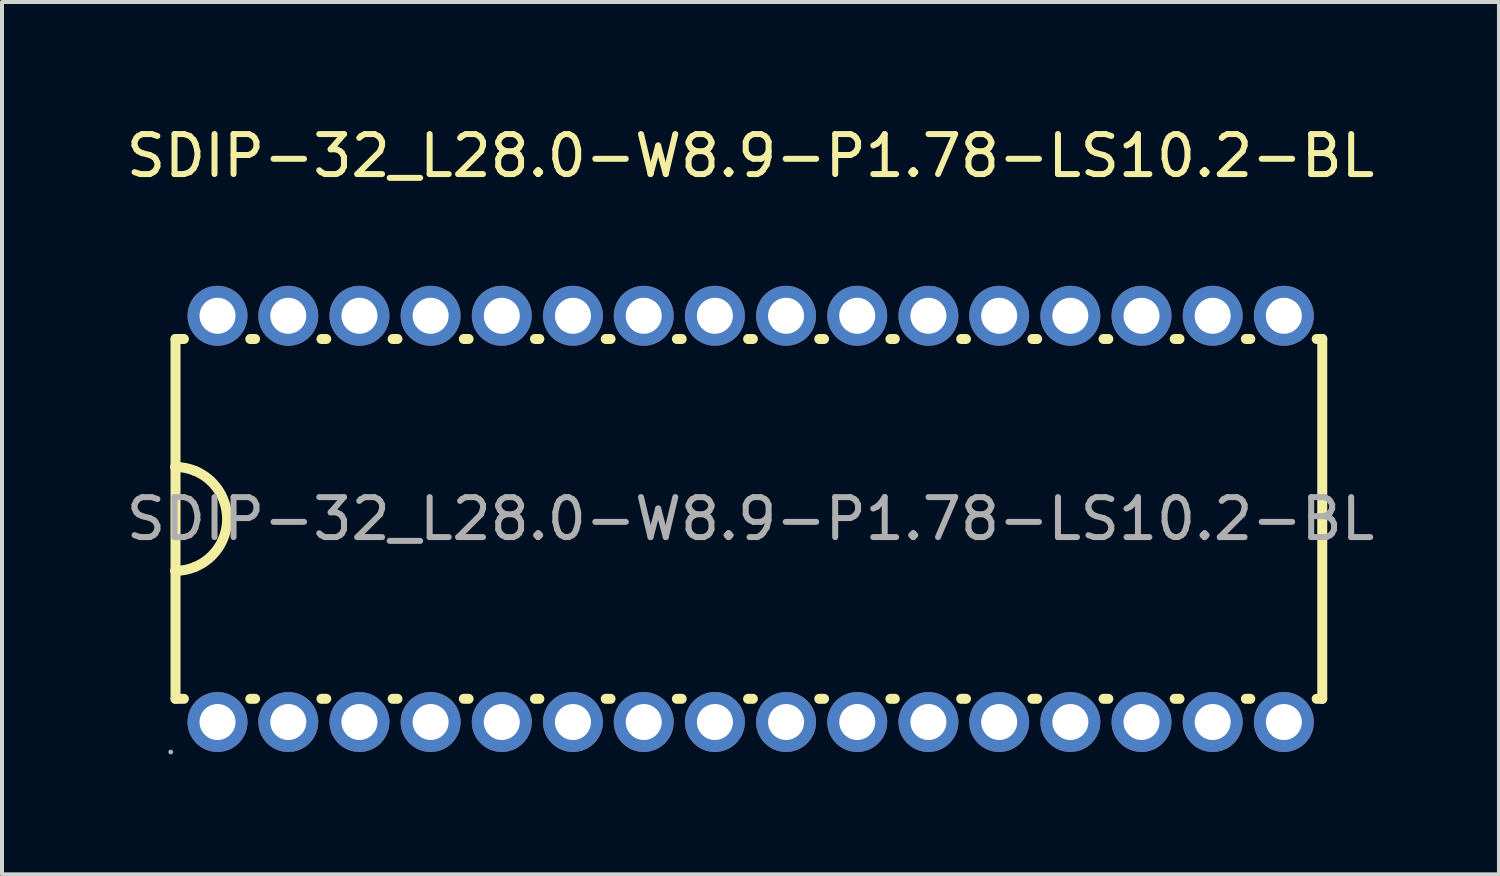
<source format=kicad_pcb>
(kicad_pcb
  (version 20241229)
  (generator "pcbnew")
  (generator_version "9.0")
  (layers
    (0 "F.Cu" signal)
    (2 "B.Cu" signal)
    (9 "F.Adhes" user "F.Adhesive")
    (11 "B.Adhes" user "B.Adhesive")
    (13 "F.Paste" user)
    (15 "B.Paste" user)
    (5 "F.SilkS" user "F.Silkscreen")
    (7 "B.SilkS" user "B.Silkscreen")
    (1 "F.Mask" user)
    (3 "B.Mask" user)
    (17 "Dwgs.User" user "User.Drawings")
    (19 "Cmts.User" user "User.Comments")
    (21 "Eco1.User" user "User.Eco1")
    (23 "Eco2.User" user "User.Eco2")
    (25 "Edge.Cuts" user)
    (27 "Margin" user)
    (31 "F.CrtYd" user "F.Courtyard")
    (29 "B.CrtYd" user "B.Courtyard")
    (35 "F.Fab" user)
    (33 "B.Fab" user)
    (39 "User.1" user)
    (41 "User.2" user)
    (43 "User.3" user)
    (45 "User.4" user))
  (footprint "SDIP-32_L28.0-W8.9-P1.78-LS10.2-BL"
    (layer "F.Cu")
    (at 15.72 9.928)
    (property "Reference" "SDIP-32_L28.0-W8.9-P1.78-LS10.2-BL" (at 0 -9.08 0) (layer "F.SilkS") (effects (font (size 1 1) (thickness 0.15))))
    (attr through_hole)
    (fp_line (start -14.38 -4.5) (end -14.17 -4.5) (stroke (width 0.25) (type solid)) (layer "F.SilkS"))
    (fp_line (start -14.38 -1.3) (end -14.38 -4.5) (stroke (width 0.25) (type solid)) (layer "F.SilkS"))
    (fp_line (start -14.38 1.3) (end -14.38 -1.3) (stroke (width 0.25) (type solid)) (layer "F.SilkS"))
    (fp_line (start -14.38 4.5) (end -14.38 1.3) (stroke (width 0.25) (type solid)) (layer "F.SilkS"))
    (fp_line (start -14.38 4.5) (end -14.17 4.5) (stroke (width 0.25) (type solid)) (layer "F.SilkS"))
    (fp_line (start -12.51 -4.5) (end -12.39 -4.5) (stroke (width 0.25) (type solid)) (layer "F.SilkS"))
    (fp_line (start -12.51 4.5) (end -12.39 4.5) (stroke (width 0.25) (type solid)) (layer "F.SilkS"))
    (fp_line (start -10.73 -4.5) (end -10.61 -4.5) (stroke (width 0.25) (type solid)) (layer "F.SilkS"))
    (fp_line (start -10.73 4.5) (end -10.61 4.5) (stroke (width 0.25) (type solid)) (layer "F.SilkS"))
    (fp_line (start -8.95 -4.5) (end -8.83 -4.5) (stroke (width 0.25) (type solid)) (layer "F.SilkS"))
    (fp_line (start -8.95 4.5) (end -8.83 4.5) (stroke (width 0.25) (type solid)) (layer "F.SilkS"))
    (fp_line (start -7.17 -4.5) (end -7.05 -4.5) (stroke (width 0.25) (type solid)) (layer "F.SilkS"))
    (fp_line (start -7.17 4.5) (end -7.05 4.5) (stroke (width 0.25) (type solid)) (layer "F.SilkS"))
    (fp_line (start -5.39 -4.5) (end -5.28 -4.5) (stroke (width 0.25) (type solid)) (layer "F.SilkS"))
    (fp_line (start -5.39 4.5) (end -5.28 4.5) (stroke (width 0.25) (type solid)) (layer "F.SilkS"))
    (fp_line (start -3.62 -4.5) (end -3.5 -4.5) (stroke (width 0.25) (type solid)) (layer "F.SilkS"))
    (fp_line (start -3.62 4.5) (end -3.5 4.5) (stroke (width 0.25) (type solid)) (layer "F.SilkS"))
    (fp_line (start -1.84 -4.5) (end -1.72 -4.5) (stroke (width 0.25) (type solid)) (layer "F.SilkS"))
    (fp_line (start -1.84 4.5) (end -1.72 4.5) (stroke (width 0.25) (type solid)) (layer "F.SilkS"))
    (fp_line (start -0.06 -4.5) (end 0.06 -4.5) (stroke (width 0.25) (type solid)) (layer "F.SilkS"))
    (fp_line (start -0.06 4.5) (end 0.06 4.5) (stroke (width 0.25) (type solid)) (layer "F.SilkS"))
    (fp_line (start 1.72 -4.5) (end 1.84 -4.5) (stroke (width 0.25) (type solid)) (layer "F.SilkS"))
    (fp_line (start 1.72 4.5) (end 1.84 4.5) (stroke (width 0.25) (type solid)) (layer "F.SilkS"))
    (fp_line (start 3.5 -4.5) (end 3.61 -4.5) (stroke (width 0.25) (type solid)) (layer "F.SilkS"))
    (fp_line (start 3.5 4.5) (end 3.61 4.5) (stroke (width 0.25) (type solid)) (layer "F.SilkS"))
    (fp_line (start 5.27 -4.5) (end 5.39 -4.5) (stroke (width 0.25) (type solid)) (layer "F.SilkS"))
    (fp_line (start 5.27 4.5) (end 5.39 4.5) (stroke (width 0.25) (type solid)) (layer "F.SilkS"))
    (fp_line (start 7.05 -4.5) (end 7.17 -4.5) (stroke (width 0.25) (type solid)) (layer "F.SilkS"))
    (fp_line (start 7.05 4.5) (end 7.17 4.5) (stroke (width 0.25) (type solid)) (layer "F.SilkS"))
    (fp_line (start 8.83 -4.5) (end 8.95 -4.5) (stroke (width 0.25) (type solid)) (layer "F.SilkS"))
    (fp_line (start 8.83 4.5) (end 8.95 4.5) (stroke (width 0.25) (type solid)) (layer "F.SilkS"))
    (fp_line (start 10.61 -4.5) (end 10.73 -4.5) (stroke (width 0.25) (type solid)) (layer "F.SilkS"))
    (fp_line (start 10.61 4.5) (end 10.73 4.5) (stroke (width 0.25) (type solid)) (layer "F.SilkS"))
    (fp_line (start 12.39 -4.5) (end 12.5 -4.5) (stroke (width 0.25) (type solid)) (layer "F.SilkS"))
    (fp_line (start 12.39 4.5) (end 12.5 4.5) (stroke (width 0.25) (type solid)) (layer "F.SilkS"))
    (fp_line (start 14.16 -4.5) (end 14.3 -4.5) (stroke (width 0.25) (type solid)) (layer "F.SilkS"))
    (fp_line (start 14.16 4.5) (end 14.3 4.5) (stroke (width 0.25) (type solid)) (layer "F.SilkS"))
    (fp_line (start 14.3 -4.5) (end 14.3 4.5) (stroke (width 0.25) (type solid)) (layer "F.SilkS"))
    (fp_arc (start -14.390003 -1.3) (mid -14.13505 -1.274755) (end -13.89 -1.2) (stroke (width 0.25) (type solid)) (layer "F.SilkS"))
    (fp_arc (start -13.889997 1.199999) (mid -14.135047 1.274755) (end -14.39 1.3) (stroke (width 0.25) (type solid)) (layer "F.SilkS"))
    (fp_arc (start -13.889994 -1.199998) (mid -13.09 0.000003) (end -13.89 1.2) (stroke (width 0.25) (type solid)) (layer "F.SilkS"))
    (fp_circle (center -14.5 5.83) (end -14.47 5.83) (stroke (width 0.06) (type solid)) (fill no) (layer "F.Fab"))
    (fp_circle (center -13.33 -5.08) (end -13.15 -5.08) (stroke (width 0.35) (type solid)) (fill no) (layer "F.Fab"))
    (fp_circle (center -13.33 5.08) (end -13.15 5.08) (stroke (width 0.35) (type solid)) (fill no) (layer "F.Fab"))
    (fp_circle (center -11.56 -5.08) (end -11.38 -5.08) (stroke (width 0.35) (type solid)) (fill no) (layer "F.Fab"))
    (fp_circle (center -11.56 5.08) (end -11.38 5.08) (stroke (width 0.35) (type solid)) (fill no) (layer "F.Fab"))
    (fp_circle (center -9.78 -5.08) (end -9.6 -5.08) (stroke (width 0.35) (type solid)) (fill no) (layer "F.Fab"))
    (fp_circle (center -9.78 5.08) (end -9.6 5.08) (stroke (width 0.35) (type solid)) (fill no) (layer "F.Fab"))
    (fp_circle (center -8 -5.08) (end -7.82 -5.08) (stroke (width 0.35) (type solid)) (fill no) (layer "F.Fab"))
    (fp_circle (center -8 5.08) (end -7.82 5.08) (stroke (width 0.35) (type solid)) (fill no) (layer "F.Fab"))
    (fp_circle (center -6.22 -5.08) (end -6.04 -5.08) (stroke (width 0.35) (type solid)) (fill no) (layer "F.Fab"))
    (fp_circle (center -6.22 5.08) (end -6.04 5.08) (stroke (width 0.35) (type solid)) (fill no) (layer "F.Fab"))
    (fp_circle (center -4.44 -5.08) (end -4.26 -5.08) (stroke (width 0.35) (type solid)) (fill no) (layer "F.Fab"))
    (fp_circle (center -4.44 5.08) (end -4.26 5.08) (stroke (width 0.35) (type solid)) (fill no) (layer "F.Fab"))
    (fp_circle (center -2.67 -5.08) (end -2.49 -5.08) (stroke (width 0.35) (type solid)) (fill no) (layer "F.Fab"))
    (fp_circle (center -2.67 5.08) (end -2.49 5.08) (stroke (width 0.35) (type solid)) (fill no) (layer "F.Fab"))
    (fp_circle (center -0.89 -5.08) (end -0.71 -5.08) (stroke (width 0.35) (type solid)) (fill no) (layer "F.Fab"))
    (fp_circle (center -0.89 5.08) (end -0.71 5.08) (stroke (width 0.35) (type solid)) (fill no) (layer "F.Fab"))
    (fp_circle (center 0.89 -5.08) (end 1.07 -5.08) (stroke (width 0.35) (type solid)) (fill no) (layer "F.Fab"))
    (fp_circle (center 0.89 5.08) (end 1.07 5.08) (stroke (width 0.35) (type solid)) (fill no) (layer "F.Fab"))
    (fp_circle (center 2.67 -5.08) (end 2.85 -5.08) (stroke (width 0.35) (type solid)) (fill no) (layer "F.Fab"))
    (fp_circle (center 2.67 5.08) (end 2.85 5.08) (stroke (width 0.35) (type solid)) (fill no) (layer "F.Fab"))
    (fp_circle (center 4.45 -5.08) (end 4.63 -5.08) (stroke (width 0.35) (type solid)) (fill no) (layer "F.Fab"))
    (fp_circle (center 4.45 5.08) (end 4.63 5.08) (stroke (width 0.35) (type solid)) (fill no) (layer "F.Fab"))
    (fp_circle (center 6.22 -5.08) (end 6.4 -5.08) (stroke (width 0.35) (type solid)) (fill no) (layer "F.Fab"))
    (fp_circle (center 6.22 5.08) (end 6.4 5.08) (stroke (width 0.35) (type solid)) (fill no) (layer "F.Fab"))
    (fp_circle (center 8 -5.08) (end 8.18 -5.08) (stroke (width 0.35) (type solid)) (fill no) (layer "F.Fab"))
    (fp_circle (center 8 5.08) (end 8.18 5.08) (stroke (width 0.35) (type solid)) (fill no) (layer "F.Fab"))
    (fp_circle (center 9.78 -5.08) (end 9.96 -5.08) (stroke (width 0.35) (type solid)) (fill no) (layer "F.Fab"))
    (fp_circle (center 9.78 5.08) (end 9.96 5.08) (stroke (width 0.35) (type solid)) (fill no) (layer "F.Fab"))
    (fp_circle (center 11.56 -5.08) (end 11.74 -5.08) (stroke (width 0.35) (type solid)) (fill no) (layer "F.Fab"))
    (fp_circle (center 11.56 5.08) (end 11.74 5.08) (stroke (width 0.35) (type solid)) (fill no) (layer "F.Fab"))
    (fp_circle (center 13.34 -5.08) (end 13.52 -5.08) (stroke (width 0.35) (type solid)) (fill no) (layer "F.Fab"))
    (fp_circle (center 13.34 5.08) (end 13.52 5.08) (stroke (width 0.35) (type solid)) (fill no) (layer "F.Fab"))
    (fp_text user "${REFERENCE}" (at 0 0 0) (layer "F.Fab") (effects (font (size 1 1) (thickness 0.15))))
    (pad "1" thru_hole circle (at -13.33 5.08 270) (size 1.5 1.5) (drill 0.9) (layers "*.Cu" "*.Paste" "*.Mask"))
    (pad "2" thru_hole circle (at -11.56 5.08 270) (size 1.5 1.5) (drill 0.9) (layers "*.Cu" "*.Paste" "*.Mask"))
    (pad "3" thru_hole circle (at -9.78 5.08 270) (size 1.5 1.5) (drill 0.9) (layers "*.Cu" "*.Paste" "*.Mask"))
    (pad "4" thru_hole circle (at -8 5.08 270) (size 1.5 1.5) (drill 0.9) (layers "*.Cu" "*.Paste" "*.Mask"))
    (pad "5" thru_hole circle (at -6.22 5.08 270) (size 1.5 1.5) (drill 0.9) (layers "*.Cu" "*.Paste" "*.Mask"))
    (pad "6" thru_hole circle (at -4.44 5.08 270) (size 1.5 1.5) (drill 0.9) (layers "*.Cu" "*.Paste" "*.Mask"))
    (pad "7" thru_hole circle (at -2.67 5.08 270) (size 1.5 1.5) (drill 0.9) (layers "*.Cu" "*.Paste" "*.Mask"))
    (pad "8" thru_hole circle (at -0.89 5.08 270) (size 1.5 1.5) (drill 0.9) (layers "*.Cu" "*.Paste" "*.Mask"))
    (pad "9" thru_hole circle (at 0.89 5.08 270) (size 1.5 1.5) (drill 0.9) (layers "*.Cu" "*.Paste" "*.Mask"))
    (pad "10" thru_hole circle (at 2.67 5.08 270) (size 1.5 1.5) (drill 0.9) (layers "*.Cu" "*.Paste" "*.Mask"))
    (pad "11" thru_hole circle (at 4.45 5.08 270) (size 1.5 1.5) (drill 0.9) (layers "*.Cu" "*.Paste" "*.Mask"))
    (pad "12" thru_hole circle (at 6.22 5.08 270) (size 1.5 1.5) (drill 0.9) (layers "*.Cu" "*.Paste" "*.Mask"))
    (pad "13" thru_hole circle (at 8 5.08 270) (size 1.5 1.5) (drill 0.9) (layers "*.Cu" "*.Paste" "*.Mask"))
    (pad "14" thru_hole circle (at 9.78 5.08 270) (size 1.5 1.5) (drill 0.9) (layers "*.Cu" "*.Paste" "*.Mask"))
    (pad "15" thru_hole circle (at 11.56 5.08 270) (size 1.5 1.5) (drill 0.9) (layers "*.Cu" "*.Paste" "*.Mask"))
    (pad "16" thru_hole circle (at 13.34 5.08 270) (size 1.5 1.5) (drill 0.9) (layers "*.Cu" "*.Paste" "*.Mask"))
    (pad "17" thru_hole circle (at 13.34 -5.08 90) (size 1.5 1.5) (drill 0.9) (layers "*.Cu" "*.Paste" "*.Mask"))
    (pad "18" thru_hole circle (at 11.56 -5.08 90) (size 1.5 1.5) (drill 0.9) (layers "*.Cu" "*.Paste" "*.Mask"))
    (pad "19" thru_hole circle (at 9.78 -5.08 90) (size 1.5 1.5) (drill 0.9) (layers "*.Cu" "*.Paste" "*.Mask"))
    (pad "20" thru_hole circle (at 8 -5.08 90) (size 1.5 1.5) (drill 0.9) (layers "*.Cu" "*.Paste" "*.Mask"))
    (pad "21" thru_hole circle (at 6.22 -5.08 90) (size 1.5 1.5) (drill 0.9) (layers "*.Cu" "*.Paste" "*.Mask"))
    (pad "22" thru_hole circle (at 4.45 -5.08 90) (size 1.5 1.5) (drill 0.9) (layers "*.Cu" "*.Paste" "*.Mask"))
    (pad "23" thru_hole circle (at 2.67 -5.08 90) (size 1.5 1.5) (drill 0.9) (layers "*.Cu" "*.Paste" "*.Mask"))
    (pad "24" thru_hole circle (at 0.89 -5.08 90) (size 1.5 1.5) (drill 0.9) (layers "*.Cu" "*.Paste" "*.Mask"))
    (pad "25" thru_hole circle (at -0.89 -5.08 90) (size 1.5 1.5) (drill 0.9) (layers "*.Cu" "*.Paste" "*.Mask"))
    (pad "26" thru_hole circle (at -2.67 -5.08 90) (size 1.5 1.5) (drill 0.9) (layers "*.Cu" "*.Paste" "*.Mask"))
    (pad "27" thru_hole circle (at -4.44 -5.08 90) (size 1.5 1.5) (drill 0.9) (layers "*.Cu" "*.Paste" "*.Mask"))
    (pad "28" thru_hole circle (at -6.22 -5.08 90) (size 1.5 1.5) (drill 0.9) (layers "*.Cu" "*.Paste" "*.Mask"))
    (pad "29" thru_hole circle (at -8 -5.08 90) (size 1.5 1.5) (drill 0.9) (layers "*.Cu" "*.Paste" "*.Mask"))
    (pad "30" thru_hole circle (at -9.78 -5.08 90) (size 1.5 1.5) (drill 0.9) (layers "*.Cu" "*.Paste" "*.Mask"))
    (pad "31" thru_hole circle (at -11.56 -5.08 90) (size 1.5 1.5) (drill 0.9) (layers "*.Cu" "*.Paste" "*.Mask"))
    (pad "32" thru_hole circle (at -13.33 -5.08 90) (size 1.5 1.5) (drill 0.9) (layers "*.Cu" "*.Paste" "*.Mask")))
  (gr_rect
    (start -3 -3)
    (end 34.44 18.818)
    (stroke (width 0.1) (type default))
    (fill no)
    (layer "Edge.Cuts")))
</source>
